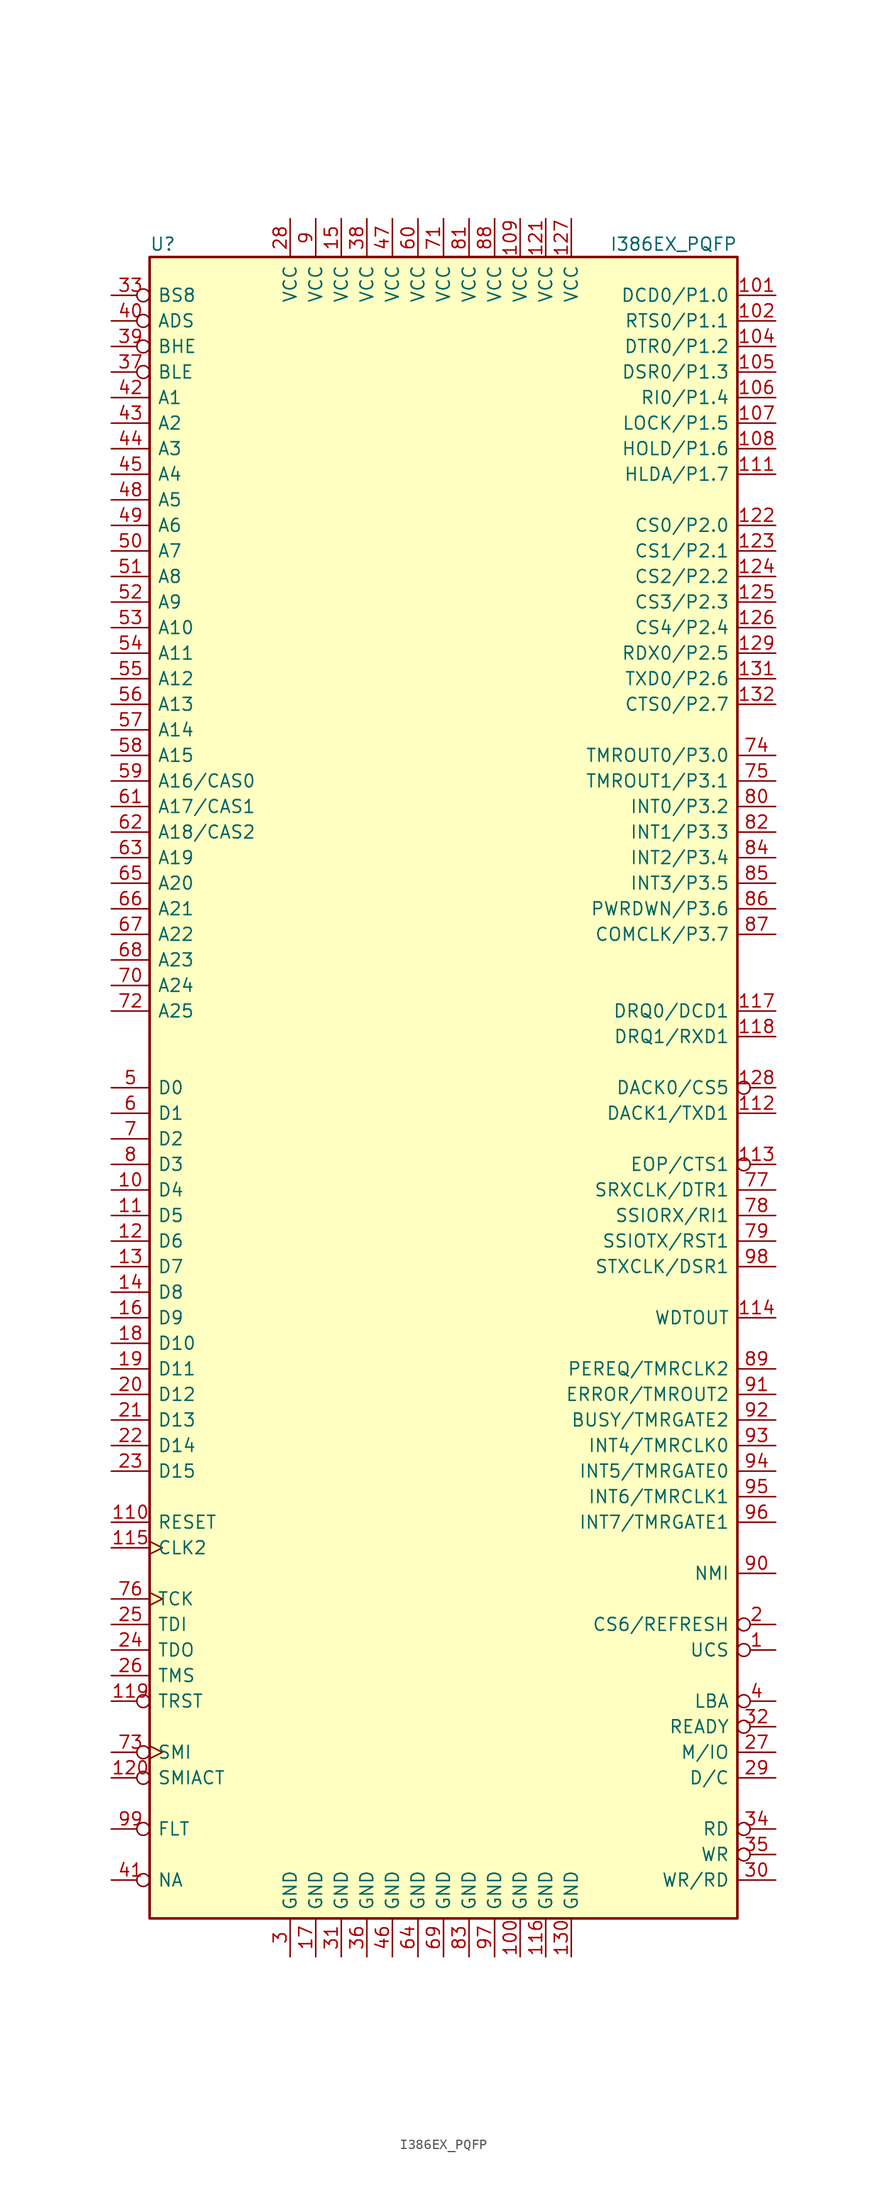
<source format=kicad_sym>
(kicad_symbol_lib
  (version 20231120)
  (generator "kicad_symbol_editor")
  (generator_version "8.0")
  (symbol "I386EX_PQFP"
    (pin_names
      (offset 0.762))
    (property "Reference" "U"
      (at -29.21 83.82 0)
      (effects (font (size 1.27 1.27)) (justify left)))
    (property "Value" "I386EX_PQFP"
      (at 16.51 83.82 0)
      (effects (font (size 1.27 1.27)) (justify left)))
    (symbol "I386EX_PQFP_1_1"
      (rectangle (start -29.21 -82.55) (end 29.21 82.55) (stroke (width 0.254) (type default)) (fill (type background)))
      (pin output inverted (at 33.02 -55.88 180) (length 3.81) (name "UCS" (effects (font (size 1.27 1.27)))) (number "1" (effects (font (size 1.27 1.27)))))
      (pin tri_state line (at -33.02 -10.16 0) (length 3.81) (name "D4" (effects (font (size 1.27 1.27)))) (number "10" (effects (font (size 1.27 1.27)))))
      (pin power_in line (at 7.62 -86.36 90) (length 3.81) (name "GND" (effects (font (size 1.27 1.27)))) (number "100" (effects (font (size 1.27 1.27)))))
      (pin bidirectional line (at 33.02 78.74 180) (length 3.81) (name "DCD0/P1.0" (effects (font (size 1.27 1.27)))) (number "101" (effects (font (size 1.27 1.27)))))
      (pin bidirectional line (at 33.02 76.2 180) (length 3.81) (name "RTS0/P1.1" (effects (font (size 1.27 1.27)))) (number "102" (effects (font (size 1.27 1.27)))))
      (pin bidirectional line (at 33.02 73.66 180) (length 3.81) (name "DTR0/P1.2" (effects (font (size 1.27 1.27)))) (number "104" (effects (font (size 1.27 1.27)))))
      (pin bidirectional line (at 33.02 71.12 180) (length 3.81) (name "DSR0/P1.3" (effects (font (size 1.27 1.27)))) (number "105" (effects (font (size 1.27 1.27)))))
      (pin bidirectional line (at 33.02 68.58 180) (length 3.81) (name "RI0/P1.4" (effects (font (size 1.27 1.27)))) (number "106" (effects (font (size 1.27 1.27)))))
      (pin bidirectional line (at 33.02 66.04 180) (length 3.81) (name "LOCK/P1.5" (effects (font (size 1.27 1.27)))) (number "107" (effects (font (size 1.27 1.27)))))
      (pin bidirectional line (at 33.02 63.5 180) (length 3.81) (name "HOLD/P1.6" (effects (font (size 1.27 1.27)))) (number "108" (effects (font (size 1.27 1.27)))))
      (pin power_in line (at 7.62 86.36 270) (length 3.81) (name "VCC" (effects (font (size 1.27 1.27)))) (number "109" (effects (font (size 1.27 1.27)))))
      (pin tri_state line (at -33.02 -12.7 0) (length 3.81) (name "D5" (effects (font (size 1.27 1.27)))) (number "11" (effects (font (size 1.27 1.27)))))
      (pin input line (at -33.02 -43.18 0) (length 3.81) (name "RESET" (effects (font (size 1.27 1.27)))) (number "110" (effects (font (size 1.27 1.27)))))
      (pin bidirectional line (at 33.02 60.96 180) (length 3.81) (name "HLDA/P1.7" (effects (font (size 1.27 1.27)))) (number "111" (effects (font (size 1.27 1.27)))))
      (pin output line (at 33.02 -2.54 180) (length 3.81) (name "DACK1/TXD1" (effects (font (size 1.27 1.27)))) (number "112" (effects (font (size 1.27 1.27)))))
      (pin bidirectional inverted (at 33.02 -7.62 180) (length 3.81) (name "EOP/CTS1" (effects (font (size 1.27 1.27)))) (number "113" (effects (font (size 1.27 1.27)))))
      (pin output line (at 33.02 -22.86 180) (length 3.81) (name "WDTOUT" (effects (font (size 1.27 1.27)))) (number "114" (effects (font (size 1.27 1.27)))))
      (pin input clock (at -33.02 -45.72 0) (length 3.81) (name "CLK2" (effects (font (size 1.27 1.27)))) (number "115" (effects (font (size 1.27 1.27)))))
      (pin power_in line (at 10.16 -86.36 90) (length 3.81) (name "GND" (effects (font (size 1.27 1.27)))) (number "116" (effects (font (size 1.27 1.27)))))
      (pin input line (at 33.02 7.62 180) (length 3.81) (name "DRQ0/DCD1" (effects (font (size 1.27 1.27)))) (number "117" (effects (font (size 1.27 1.27)))))
      (pin input line (at 33.02 5.08 180) (length 3.81) (name "DRQ1/RXD1" (effects (font (size 1.27 1.27)))) (number "118" (effects (font (size 1.27 1.27)))))
      (pin input inverted (at -33.02 -60.96 0) (length 3.81) (name "TRST" (effects (font (size 1.27 1.27)))) (number "119" (effects (font (size 1.27 1.27)))))
      (pin tri_state line (at -33.02 -15.24 0) (length 3.81) (name "D6" (effects (font (size 1.27 1.27)))) (number "12" (effects (font (size 1.27 1.27)))))
      (pin output inverted (at -33.02 -68.58 0) (length 3.81) (name "SMIACT" (effects (font (size 1.27 1.27)))) (number "120" (effects (font (size 1.27 1.27)))))
      (pin power_in line (at 10.16 86.36 270) (length 3.81) (name "VCC" (effects (font (size 1.27 1.27)))) (number "121" (effects (font (size 1.27 1.27)))))
      (pin bidirectional line (at 33.02 55.88 180) (length 3.81) (name "CS0/P2.0" (effects (font (size 1.27 1.27)))) (number "122" (effects (font (size 1.27 1.27)))))
      (pin bidirectional line (at 33.02 53.34 180) (length 3.81) (name "CS1/P2.1" (effects (font (size 1.27 1.27)))) (number "123" (effects (font (size 1.27 1.27)))))
      (pin bidirectional line (at 33.02 50.8 180) (length 3.81) (name "CS2/P2.2" (effects (font (size 1.27 1.27)))) (number "124" (effects (font (size 1.27 1.27)))))
      (pin bidirectional line (at 33.02 48.26 180) (length 3.81) (name "CS3/P2.3" (effects (font (size 1.27 1.27)))) (number "125" (effects (font (size 1.27 1.27)))))
      (pin bidirectional line (at 33.02 45.72 180) (length 3.81) (name "CS4/P2.4" (effects (font (size 1.27 1.27)))) (number "126" (effects (font (size 1.27 1.27)))))
      (pin power_in line (at 12.7 86.36 270) (length 3.81) (name "VCC" (effects (font (size 1.27 1.27)))) (number "127" (effects (font (size 1.27 1.27)))))
      (pin output inverted (at 33.02 0 180) (length 3.81) (name "DACK0/CS5" (effects (font (size 1.27 1.27)))) (number "128" (effects (font (size 1.27 1.27)))))
      (pin bidirectional line (at 33.02 43.18 180) (length 3.81) (name "RDX0/P2.5" (effects (font (size 1.27 1.27)))) (number "129" (effects (font (size 1.27 1.27)))))
      (pin tri_state line (at -33.02 -17.78 0) (length 3.81) (name "D7" (effects (font (size 1.27 1.27)))) (number "13" (effects (font (size 1.27 1.27)))))
      (pin power_in line (at 12.7 -86.36 90) (length 3.81) (name "GND" (effects (font (size 1.27 1.27)))) (number "130" (effects (font (size 1.27 1.27)))))
      (pin bidirectional line (at 33.02 40.64 180) (length 3.81) (name "TXD0/P2.6" (effects (font (size 1.27 1.27)))) (number "131" (effects (font (size 1.27 1.27)))))
      (pin bidirectional line (at 33.02 38.1 180) (length 3.81) (name "CTS0/P2.7" (effects (font (size 1.27 1.27)))) (number "132" (effects (font (size 1.27 1.27)))))
      (pin tri_state line (at -33.02 -20.32 0) (length 3.81) (name "D8" (effects (font (size 1.27 1.27)))) (number "14" (effects (font (size 1.27 1.27)))))
      (pin power_in line (at -10.16 86.36 270) (length 3.81) (name "VCC" (effects (font (size 1.27 1.27)))) (number "15" (effects (font (size 1.27 1.27)))))
      (pin tri_state line (at -33.02 -22.86 0) (length 3.81) (name "D9" (effects (font (size 1.27 1.27)))) (number "16" (effects (font (size 1.27 1.27)))))
      (pin power_in line (at -12.7 -86.36 90) (length 3.81) (name "GND" (effects (font (size 1.27 1.27)))) (number "17" (effects (font (size 1.27 1.27)))))
      (pin tri_state line (at -33.02 -25.4 0) (length 3.81) (name "D10" (effects (font (size 1.27 1.27)))) (number "18" (effects (font (size 1.27 1.27)))))
      (pin tri_state line (at -33.02 -27.94 0) (length 3.81) (name "D11" (effects (font (size 1.27 1.27)))) (number "19" (effects (font (size 1.27 1.27)))))
      (pin output inverted (at 33.02 -53.34 180) (length 3.81) (name "CS6/REFRESH" (effects (font (size 1.27 1.27)))) (number "2" (effects (font (size 1.27 1.27)))))
      (pin tri_state line (at -33.02 -30.48 0) (length 3.81) (name "D12" (effects (font (size 1.27 1.27)))) (number "20" (effects (font (size 1.27 1.27)))))
      (pin tri_state line (at -33.02 -33.02 0) (length 3.81) (name "D13" (effects (font (size 1.27 1.27)))) (number "21" (effects (font (size 1.27 1.27)))))
      (pin tri_state line (at -33.02 -35.56 0) (length 3.81) (name "D14" (effects (font (size 1.27 1.27)))) (number "22" (effects (font (size 1.27 1.27)))))
      (pin tri_state line (at -33.02 -38.1 0) (length 3.81) (name "D15" (effects (font (size 1.27 1.27)))) (number "23" (effects (font (size 1.27 1.27)))))
      (pin output line (at -33.02 -55.88 0) (length 3.81) (name "TDO" (effects (font (size 1.27 1.27)))) (number "24" (effects (font (size 1.27 1.27)))))
      (pin input line (at -33.02 -53.34 0) (length 3.81) (name "TDI" (effects (font (size 1.27 1.27)))) (number "25" (effects (font (size 1.27 1.27)))))
      (pin input line (at -33.02 -58.42 0) (length 3.81) (name "TMS" (effects (font (size 1.27 1.27)))) (number "26" (effects (font (size 1.27 1.27)))))
      (pin output line (at 33.02 -66.04 180) (length 3.81) (name "M/IO" (effects (font (size 1.27 1.27)))) (number "27" (effects (font (size 1.27 1.27)))))
      (pin power_in line (at -15.24 86.36 270) (length 3.81) (name "VCC" (effects (font (size 1.27 1.27)))) (number "28" (effects (font (size 1.27 1.27)))))
      (pin output line (at 33.02 -68.58 180) (length 3.81) (name "D/C" (effects (font (size 1.27 1.27)))) (number "29" (effects (font (size 1.27 1.27)))))
      (pin power_in line (at -15.24 -86.36 90) (length 3.81) (name "GND" (effects (font (size 1.27 1.27)))) (number "3" (effects (font (size 1.27 1.27)))))
      (pin output line (at 33.02 -78.74 180) (length 3.81) (name "WR/RD" (effects (font (size 1.27 1.27)))) (number "30" (effects (font (size 1.27 1.27)))))
      (pin power_in line (at -10.16 -86.36 90) (length 3.81) (name "GND" (effects (font (size 1.27 1.27)))) (number "31" (effects (font (size 1.27 1.27)))))
      (pin bidirectional inverted (at 33.02 -63.5 180) (length 3.81) (name "READY" (effects (font (size 1.27 1.27)))) (number "32" (effects (font (size 1.27 1.27)))))
      (pin input inverted (at -33.02 78.74 0) (length 3.81) (name "BS8" (effects (font (size 1.27 1.27)))) (number "33" (effects (font (size 1.27 1.27)))))
      (pin output inverted (at 33.02 -73.66 180) (length 3.81) (name "RD" (effects (font (size 1.27 1.27)))) (number "34" (effects (font (size 1.27 1.27)))))
      (pin output inverted (at 33.02 -76.2 180) (length 3.81) (name "WR" (effects (font (size 1.27 1.27)))) (number "35" (effects (font (size 1.27 1.27)))))
      (pin power_in line (at -7.62 -86.36 90) (length 3.81) (name "GND" (effects (font (size 1.27 1.27)))) (number "36" (effects (font (size 1.27 1.27)))))
      (pin output inverted (at -33.02 71.12 0) (length 3.81) (name "BLE" (effects (font (size 1.27 1.27)))) (number "37" (effects (font (size 1.27 1.27)))))
      (pin power_in line (at -7.62 86.36 270) (length 3.81) (name "VCC" (effects (font (size 1.27 1.27)))) (number "38" (effects (font (size 1.27 1.27)))))
      (pin output inverted (at -33.02 73.66 0) (length 3.81) (name "BHE" (effects (font (size 1.27 1.27)))) (number "39" (effects (font (size 1.27 1.27)))))
      (pin output inverted (at 33.02 -60.96 180) (length 3.81) (name "LBA" (effects (font (size 1.27 1.27)))) (number "4" (effects (font (size 1.27 1.27)))))
      (pin output inverted (at -33.02 76.2 0) (length 3.81) (name "ADS" (effects (font (size 1.27 1.27)))) (number "40" (effects (font (size 1.27 1.27)))))
      (pin input inverted (at -33.02 -78.74 0) (length 3.81) (name "NA" (effects (font (size 1.27 1.27)))) (number "41" (effects (font (size 1.27 1.27)))))
      (pin tri_state line (at -33.02 68.58 0) (length 3.81) (name "A1" (effects (font (size 1.27 1.27)))) (number "42" (effects (font (size 1.27 1.27)))))
      (pin tri_state line (at -33.02 66.04 0) (length 3.81) (name "A2" (effects (font (size 1.27 1.27)))) (number "43" (effects (font (size 1.27 1.27)))))
      (pin tri_state line (at -33.02 63.5 0) (length 3.81) (name "A3" (effects (font (size 1.27 1.27)))) (number "44" (effects (font (size 1.27 1.27)))))
      (pin tri_state line (at -33.02 60.96 0) (length 3.81) (name "A4" (effects (font (size 1.27 1.27)))) (number "45" (effects (font (size 1.27 1.27)))))
      (pin power_in line (at -5.08 -86.36 90) (length 3.81) (name "GND" (effects (font (size 1.27 1.27)))) (number "46" (effects (font (size 1.27 1.27)))))
      (pin power_in line (at -5.08 86.36 270) (length 3.81) (name "VCC" (effects (font (size 1.27 1.27)))) (number "47" (effects (font (size 1.27 1.27)))))
      (pin tri_state line (at -33.02 58.42 0) (length 3.81) (name "A5" (effects (font (size 1.27 1.27)))) (number "48" (effects (font (size 1.27 1.27)))))
      (pin tri_state line (at -33.02 55.88 0) (length 3.81) (name "A6" (effects (font (size 1.27 1.27)))) (number "49" (effects (font (size 1.27 1.27)))))
      (pin tri_state line (at -33.02 0 0) (length 3.81) (name "D0" (effects (font (size 1.27 1.27)))) (number "5" (effects (font (size 1.27 1.27)))))
      (pin tri_state line (at -33.02 53.34 0) (length 3.81) (name "A7" (effects (font (size 1.27 1.27)))) (number "50" (effects (font (size 1.27 1.27)))))
      (pin tri_state line (at -33.02 50.8 0) (length 3.81) (name "A8" (effects (font (size 1.27 1.27)))) (number "51" (effects (font (size 1.27 1.27)))))
      (pin tri_state line (at -33.02 48.26 0) (length 3.81) (name "A9" (effects (font (size 1.27 1.27)))) (number "52" (effects (font (size 1.27 1.27)))))
      (pin tri_state line (at -33.02 45.72 0) (length 3.81) (name "A10" (effects (font (size 1.27 1.27)))) (number "53" (effects (font (size 1.27 1.27)))))
      (pin tri_state line (at -33.02 43.18 0) (length 3.81) (name "A11" (effects (font (size 1.27 1.27)))) (number "54" (effects (font (size 1.27 1.27)))))
      (pin tri_state line (at -33.02 40.64 0) (length 3.81) (name "A12" (effects (font (size 1.27 1.27)))) (number "55" (effects (font (size 1.27 1.27)))))
      (pin tri_state line (at -33.02 38.1 0) (length 3.81) (name "A13" (effects (font (size 1.27 1.27)))) (number "56" (effects (font (size 1.27 1.27)))))
      (pin tri_state line (at -33.02 35.56 0) (length 3.81) (name "A14" (effects (font (size 1.27 1.27)))) (number "57" (effects (font (size 1.27 1.27)))))
      (pin tri_state line (at -33.02 33.02 0) (length 3.81) (name "A15" (effects (font (size 1.27 1.27)))) (number "58" (effects (font (size 1.27 1.27)))))
      (pin tri_state line (at -33.02 30.48 0) (length 3.81) (name "A16/CAS0" (effects (font (size 1.27 1.27)))) (number "59" (effects (font (size 1.27 1.27)))))
      (pin tri_state line (at -33.02 -2.54 0) (length 3.81) (name "D1" (effects (font (size 1.27 1.27)))) (number "6" (effects (font (size 1.27 1.27)))))
      (pin power_in line (at -2.54 86.36 270) (length 3.81) (name "VCC" (effects (font (size 1.27 1.27)))) (number "60" (effects (font (size 1.27 1.27)))))
      (pin tri_state line (at -33.02 27.94 0) (length 3.81) (name "A17/CAS1" (effects (font (size 1.27 1.27)))) (number "61" (effects (font (size 1.27 1.27)))))
      (pin tri_state line (at -33.02 25.4 0) (length 3.81) (name "A18/CAS2" (effects (font (size 1.27 1.27)))) (number "62" (effects (font (size 1.27 1.27)))))
      (pin tri_state line (at -33.02 22.86 0) (length 3.81) (name "A19" (effects (font (size 1.27 1.27)))) (number "63" (effects (font (size 1.27 1.27)))))
      (pin power_in line (at -2.54 -86.36 90) (length 3.81) (name "GND" (effects (font (size 1.27 1.27)))) (number "64" (effects (font (size 1.27 1.27)))))
      (pin tri_state line (at -33.02 20.32 0) (length 3.81) (name "A20" (effects (font (size 1.27 1.27)))) (number "65" (effects (font (size 1.27 1.27)))))
      (pin tri_state line (at -33.02 17.78 0) (length 3.81) (name "A21" (effects (font (size 1.27 1.27)))) (number "66" (effects (font (size 1.27 1.27)))))
      (pin tri_state line (at -33.02 15.24 0) (length 3.81) (name "A22" (effects (font (size 1.27 1.27)))) (number "67" (effects (font (size 1.27 1.27)))))
      (pin tri_state line (at -33.02 12.7 0) (length 3.81) (name "A23" (effects (font (size 1.27 1.27)))) (number "68" (effects (font (size 1.27 1.27)))))
      (pin power_in line (at 0 -86.36 90) (length 3.81) (name "GND" (effects (font (size 1.27 1.27)))) (number "69" (effects (font (size 1.27 1.27)))))
      (pin tri_state line (at -33.02 -5.08 0) (length 3.81) (name "D2" (effects (font (size 1.27 1.27)))) (number "7" (effects (font (size 1.27 1.27)))))
      (pin tri_state line (at -33.02 10.16 0) (length 3.81) (name "A24" (effects (font (size 1.27 1.27)))) (number "70" (effects (font (size 1.27 1.27)))))
      (pin power_in line (at 0 86.36 270) (length 3.81) (name "VCC" (effects (font (size 1.27 1.27)))) (number "71" (effects (font (size 1.27 1.27)))))
      (pin tri_state line (at -33.02 7.62 0) (length 3.81) (name "A25" (effects (font (size 1.27 1.27)))) (number "72" (effects (font (size 1.27 1.27)))))
      (pin input inverted_clock (at -33.02 -66.04 0) (length 3.81) (name "SMI" (effects (font (size 1.27 1.27)))) (number "73" (effects (font (size 1.27 1.27)))))
      (pin bidirectional line (at 33.02 33.02 180) (length 3.81) (name "TMROUT0/P3.0" (effects (font (size 1.27 1.27)))) (number "74" (effects (font (size 1.27 1.27)))))
      (pin bidirectional line (at 33.02 30.48 180) (length 3.81) (name "TMROUT1/P3.1" (effects (font (size 1.27 1.27)))) (number "75" (effects (font (size 1.27 1.27)))))
      (pin input clock (at -33.02 -50.8 0) (length 3.81) (name "TCK" (effects (font (size 1.27 1.27)))) (number "76" (effects (font (size 1.27 1.27)))))
      (pin bidirectional line (at 33.02 -10.16 180) (length 3.81) (name "SRXCLK/DTR1" (effects (font (size 1.27 1.27)))) (number "77" (effects (font (size 1.27 1.27)))))
      (pin input line (at 33.02 -12.7 180) (length 3.81) (name "SSIORX/RI1" (effects (font (size 1.27 1.27)))) (number "78" (effects (font (size 1.27 1.27)))))
      (pin bidirectional line (at 33.02 -15.24 180) (length 3.81) (name "SSIOTX/RST1" (effects (font (size 1.27 1.27)))) (number "79" (effects (font (size 1.27 1.27)))))
      (pin tri_state line (at -33.02 -7.62 0) (length 3.81) (name "D3" (effects (font (size 1.27 1.27)))) (number "8" (effects (font (size 1.27 1.27)))))
      (pin bidirectional line (at 33.02 27.94 180) (length 3.81) (name "INT0/P3.2" (effects (font (size 1.27 1.27)))) (number "80" (effects (font (size 1.27 1.27)))))
      (pin power_in line (at 2.54 86.36 270) (length 3.81) (name "VCC" (effects (font (size 1.27 1.27)))) (number "81" (effects (font (size 1.27 1.27)))))
      (pin bidirectional line (at 33.02 25.4 180) (length 3.81) (name "INT1/P3.3" (effects (font (size 1.27 1.27)))) (number "82" (effects (font (size 1.27 1.27)))))
      (pin power_in line (at 2.54 -86.36 90) (length 3.81) (name "GND" (effects (font (size 1.27 1.27)))) (number "83" (effects (font (size 1.27 1.27)))))
      (pin bidirectional line (at 33.02 22.86 180) (length 3.81) (name "INT2/P3.4" (effects (font (size 1.27 1.27)))) (number "84" (effects (font (size 1.27 1.27)))))
      (pin bidirectional line (at 33.02 20.32 180) (length 3.81) (name "INT3/P3.5" (effects (font (size 1.27 1.27)))) (number "85" (effects (font (size 1.27 1.27)))))
      (pin bidirectional line (at 33.02 17.78 180) (length 3.81) (name "PWRDWN/P3.6" (effects (font (size 1.27 1.27)))) (number "86" (effects (font (size 1.27 1.27)))))
      (pin bidirectional line (at 33.02 15.24 180) (length 3.81) (name "COMCLK/P3.7" (effects (font (size 1.27 1.27)))) (number "87" (effects (font (size 1.27 1.27)))))
      (pin power_in line (at 5.08 86.36 270) (length 3.81) (name "VCC" (effects (font (size 1.27 1.27)))) (number "88" (effects (font (size 1.27 1.27)))))
      (pin input line (at 33.02 -27.94 180) (length 3.81) (name "PEREQ/TMRCLK2" (effects (font (size 1.27 1.27)))) (number "89" (effects (font (size 1.27 1.27)))))
      (pin power_in line (at -12.7 86.36 270) (length 3.81) (name "VCC" (effects (font (size 1.27 1.27)))) (number "9" (effects (font (size 1.27 1.27)))))
      (pin input line (at 33.02 -48.26 180) (length 3.81) (name "NMI" (effects (font (size 1.27 1.27)))) (number "90" (effects (font (size 1.27 1.27)))))
      (pin bidirectional line (at 33.02 -30.48 180) (length 3.81) (name "ERROR/TMROUT2" (effects (font (size 1.27 1.27)))) (number "91" (effects (font (size 1.27 1.27)))))
      (pin input line (at 33.02 -33.02 180) (length 3.81) (name "BUSY/TMRGATE2" (effects (font (size 1.27 1.27)))) (number "92" (effects (font (size 1.27 1.27)))))
      (pin input line (at 33.02 -35.56 180) (length 3.81) (name "INT4/TMRCLK0" (effects (font (size 1.27 1.27)))) (number "93" (effects (font (size 1.27 1.27)))))
      (pin input line (at 33.02 -38.1 180) (length 3.81) (name "INT5/TMRGATE0" (effects (font (size 1.27 1.27)))) (number "94" (effects (font (size 1.27 1.27)))))
      (pin input line (at 33.02 -40.64 180) (length 3.81) (name "INT6/TMRCLK1" (effects (font (size 1.27 1.27)))) (number "95" (effects (font (size 1.27 1.27)))))
      (pin input line (at 33.02 -43.18 180) (length 3.81) (name "INT7/TMRGATE1" (effects (font (size 1.27 1.27)))) (number "96" (effects (font (size 1.27 1.27)))))
      (pin power_in line (at 5.08 -86.36 90) (length 3.81) (name "GND" (effects (font (size 1.27 1.27)))) (number "97" (effects (font (size 1.27 1.27)))))
      (pin bidirectional line (at 33.02 -17.78 180) (length 3.81) (name "STXCLK/DSR1" (effects (font (size 1.27 1.27)))) (number "98" (effects (font (size 1.27 1.27)))))
      (pin input inverted (at -33.02 -73.66 0) (length 3.81) (name "FLT" (effects (font (size 1.27 1.27)))) (number "99" (effects (font (size 1.27 1.27))))))))
</source>
